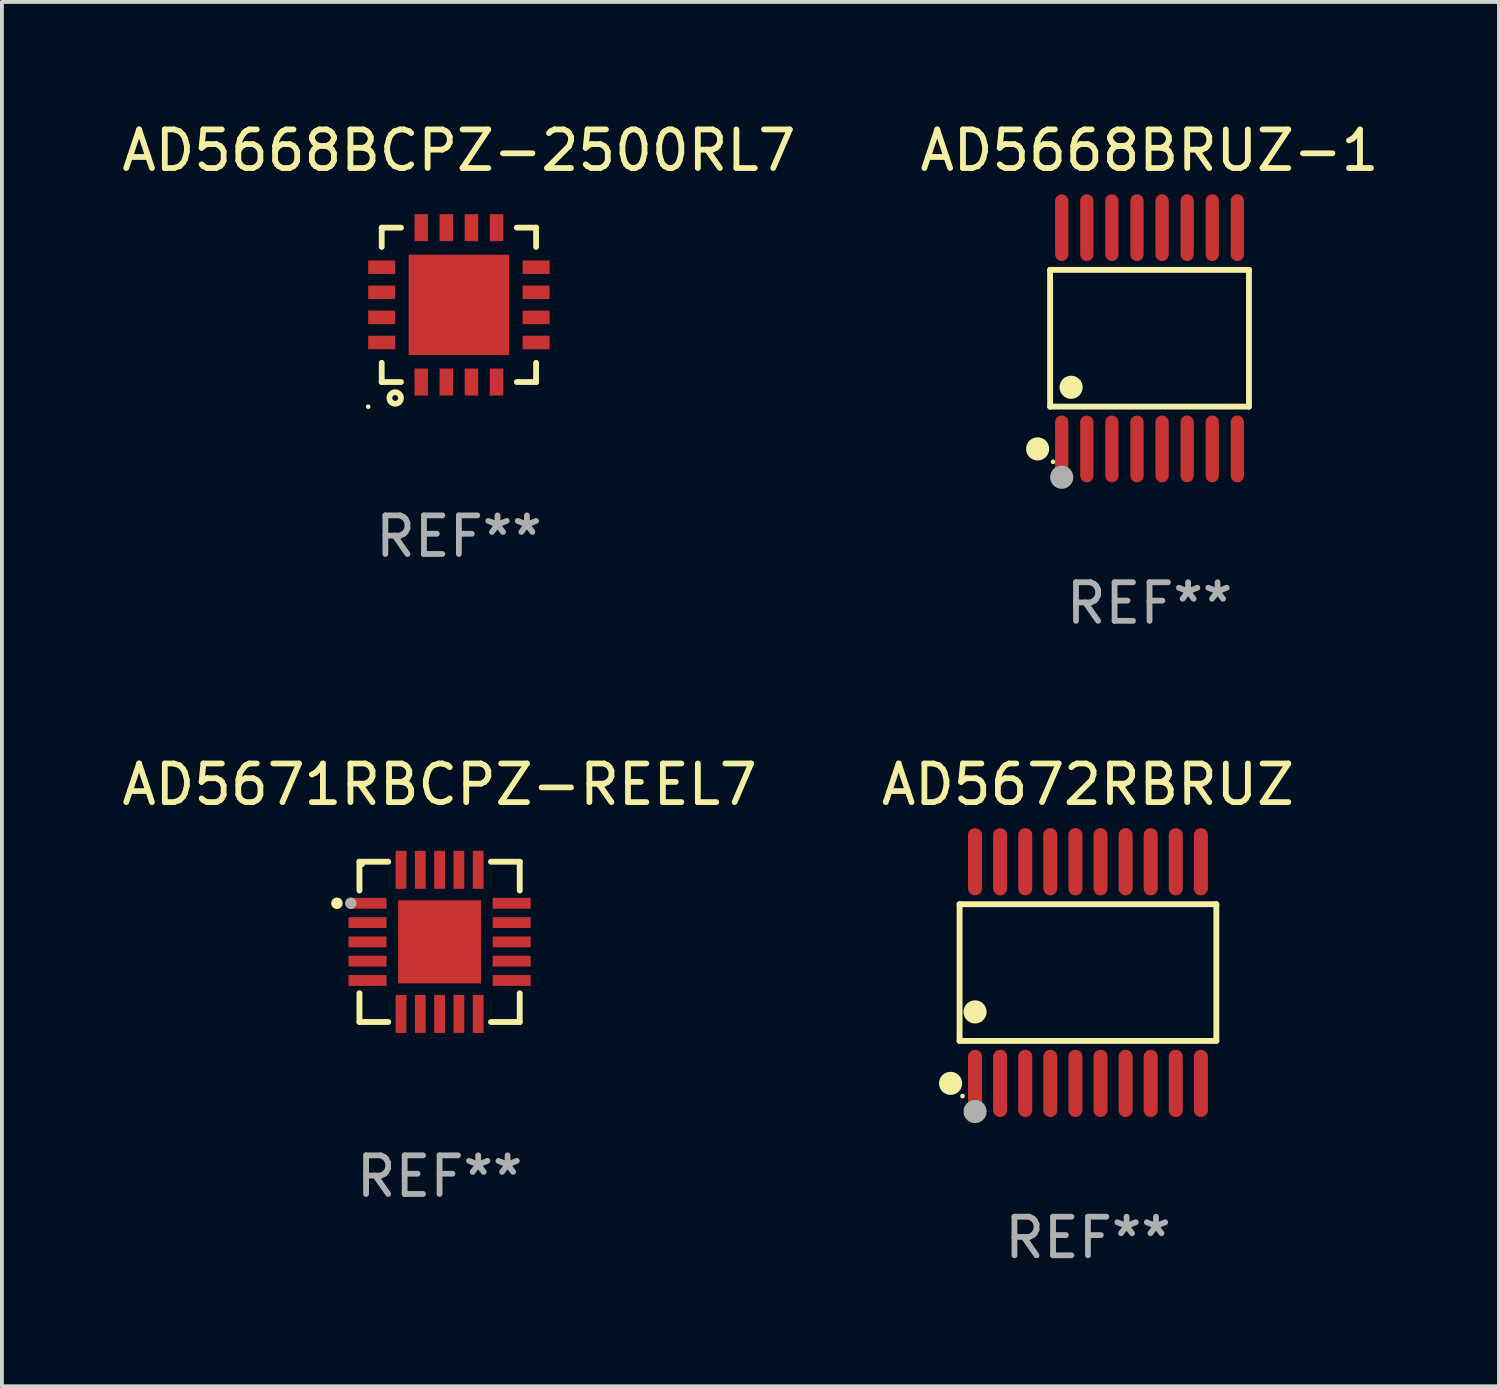
<source format=kicad_pcb>
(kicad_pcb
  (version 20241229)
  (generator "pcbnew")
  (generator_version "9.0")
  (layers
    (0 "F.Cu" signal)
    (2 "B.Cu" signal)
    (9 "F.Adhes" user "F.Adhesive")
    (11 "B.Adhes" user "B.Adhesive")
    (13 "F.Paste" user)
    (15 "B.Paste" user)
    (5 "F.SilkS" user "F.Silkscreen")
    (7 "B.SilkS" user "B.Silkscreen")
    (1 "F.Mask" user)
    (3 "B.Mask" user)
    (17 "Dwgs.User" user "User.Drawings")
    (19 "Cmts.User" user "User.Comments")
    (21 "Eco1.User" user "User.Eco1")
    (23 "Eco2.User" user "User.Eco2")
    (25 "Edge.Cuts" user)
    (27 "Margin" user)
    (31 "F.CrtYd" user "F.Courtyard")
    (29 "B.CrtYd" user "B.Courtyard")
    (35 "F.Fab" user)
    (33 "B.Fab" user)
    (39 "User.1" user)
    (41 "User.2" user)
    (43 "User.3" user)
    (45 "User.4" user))
  (footprint "AD5671RBCPZ-REEL7"
    (layer "F.Cu")
    (at 8.339 21.352)
    (property "Reference" "AD5671RBCPZ-REEL7" (at 0 -4.076 0) (layer "F.SilkS") (effects (font (size 1 1) (thickness 0.15))))
    (attr through_hole)
    (fp_line (start -2.076 -2.076) (end -2.076 -1.331) (stroke (width 0.152) (type solid)) (layer "F.SilkS"))
    (fp_line (start -2.076 2.076) (end -2.076 1.331) (stroke (width 0.152) (type solid)) (layer "F.SilkS"))
    (fp_line (start -1.331 -2.076) (end -2.076 -2.076) (stroke (width 0.152) (type solid)) (layer "F.SilkS"))
    (fp_line (start -1.331 2.076) (end -2.076 2.076) (stroke (width 0.152) (type solid)) (layer "F.SilkS"))
    (fp_line (start 1.331 -2.076) (end 2.076 -2.076) (stroke (width 0.152) (type solid)) (layer "F.SilkS"))
    (fp_line (start 1.331 2.076) (end 2.076 2.076) (stroke (width 0.152) (type solid)) (layer "F.SilkS"))
    (fp_line (start 2.076 -2.076) (end 2.076 -1.331) (stroke (width 0.152) (type solid)) (layer "F.SilkS"))
    (fp_line (start 2.076 2.076) (end 2.076 1.331) (stroke (width 0.152) (type solid)) (layer "F.SilkS"))
    (fp_circle (center -2.66 -1) (end -2.585 -1) (stroke (width 0.15) (type solid)) (fill no) (layer "F.SilkS"))
    (fp_circle (center -2 -2) (end -1.97 -2) (stroke (width 0.06) (type solid)) (fill no) (layer "F.SilkS"))
    (fp_circle (center -2.3 -1) (end -2.225 -1) (stroke (width 0.15) (type solid)) (fill no) (layer "F.Fab"))
    (fp_text user "REF**" (at 0 6.076 0) (layer "F.Fab") (effects (font (size 1 1) (thickness 0.15))))
    (pad "1" smd rect (at -1.867 -1) (size 0.985 0.28) (layers "F.Cu" "F.Mask" "F.Paste"))
    (pad "2" smd rect (at -1.867 -0.5) (size 0.985 0.28) (layers "F.Cu" "F.Mask" "F.Paste"))
    (pad "3" smd rect (at -1.867 0) (size 0.985 0.28) (layers "F.Cu" "F.Mask" "F.Paste"))
    (pad "4" smd rect (at -1.867 0.5) (size 0.985 0.28) (layers "F.Cu" "F.Mask" "F.Paste"))
    (pad "5" smd rect (at -1.867 1) (size 0.985 0.28) (layers "F.Cu" "F.Mask" "F.Paste"))
    (pad "6" smd rect (at -1 1.867) (size 0.28 0.985) (layers "F.Cu" "F.Mask" "F.Paste"))
    (pad "7" smd rect (at -0.5 1.867) (size 0.28 0.985) (layers "F.Cu" "F.Mask" "F.Paste"))
    (pad "8" smd rect (at 0 1.867) (size 0.28 0.985) (layers "F.Cu" "F.Mask" "F.Paste"))
    (pad "9" smd rect (at 0.5 1.867) (size 0.28 0.985) (layers "F.Cu" "F.Mask" "F.Paste"))
    (pad "10" smd rect (at 1 1.867) (size 0.28 0.985) (layers "F.Cu" "F.Mask" "F.Paste"))
    (pad "11" smd rect (at 1.867 1) (size 0.985 0.28) (layers "F.Cu" "F.Mask" "F.Paste"))
    (pad "12" smd rect (at 1.867 0.5) (size 0.985 0.28) (layers "F.Cu" "F.Mask" "F.Paste"))
    (pad "13" smd rect (at 1.867 0) (size 0.985 0.28) (layers "F.Cu" "F.Mask" "F.Paste"))
    (pad "14" smd rect (at 1.867 -0.5) (size 0.985 0.28) (layers "F.Cu" "F.Mask" "F.Paste"))
    (pad "15" smd rect (at 1.867 -1) (size 0.985 0.28) (layers "F.Cu" "F.Mask" "F.Paste"))
    (pad "16" smd rect (at 1 -1.867) (size 0.28 0.985) (layers "F.Cu" "F.Mask" "F.Paste"))
    (pad "17" smd rect (at 0.5 -1.867) (size 0.28 0.985) (layers "F.Cu" "F.Mask" "F.Paste"))
    (pad "18" smd rect (at 0 -1.867) (size 0.28 0.985) (layers "F.Cu" "F.Mask" "F.Paste"))
    (pad "19" smd rect (at -0.5 -1.867) (size 0.28 0.985) (layers "F.Cu" "F.Mask" "F.Paste"))
    (pad "20" smd rect (at -1 -1.867) (size 0.28 0.985) (layers "F.Cu" "F.Mask" "F.Paste"))
    (pad "21" smd rect (at 0 0) (size 2.15 2.15) (layers "F.Cu" "F.Mask" "F.Paste")))
  (footprint "AD5668BRUZ-1"
    (layer "F.Cu")
    (at 26.732 5.714)
    (property "Reference" "AD5668BRUZ-1" (at 0 -4.866 0) (layer "F.SilkS") (effects (font (size 1 1) (thickness 0.15))))
    (attr through_hole)
    (fp_line (start -2.576 -1.772) (end 2.576 -1.772) (stroke (width 0.152) (type solid)) (layer "F.SilkS"))
    (fp_line (start -2.576 1.771) (end -2.576 -1.772) (stroke (width 0.152) (type solid)) (layer "F.SilkS"))
    (fp_line (start 2.576 -1.772) (end 2.576 1.771) (stroke (width 0.152) (type solid)) (layer "F.SilkS"))
    (fp_line (start 2.576 1.771) (end -2.576 1.771) (stroke (width 0.152) (type solid)) (layer "F.SilkS"))
    (fp_circle (center -2.899 2.866) (end -2.749 2.866) (stroke (width 0.3) (type solid)) (fill no) (layer "F.SilkS"))
    (fp_circle (center -2.5 3.2) (end -2.47 3.2) (stroke (width 0.06) (type solid)) (fill no) (layer "F.SilkS"))
    (fp_circle (center -2.032 1.27) (end -1.882 1.27) (stroke (width 0.3) (type solid)) (fill no) (layer "F.SilkS"))
    (fp_circle (center -2.275 3.6) (end -2.125 3.6) (stroke (width 0.3) (type solid)) (fill no) (layer "F.Fab"))
    (fp_text user "REF**" (at 0 6.866 0) (layer "F.Fab") (effects (font (size 1 1) (thickness 0.15))))
    (pad "1" smd oval (at -2.275 2.866) (size 0.343 1.731) (layers "F.Cu" "F.Mask" "F.Paste"))
    (pad "2" smd oval (at -1.625 2.866) (size 0.343 1.731) (layers "F.Cu" "F.Mask" "F.Paste"))
    (pad "3" smd oval (at -0.975 2.866) (size 0.343 1.731) (layers "F.Cu" "F.Mask" "F.Paste"))
    (pad "4" smd oval (at -0.325 2.866) (size 0.343 1.731) (layers "F.Cu" "F.Mask" "F.Paste"))
    (pad "5" smd oval (at 0.325 2.866) (size 0.343 1.731) (layers "F.Cu" "F.Mask" "F.Paste"))
    (pad "6" smd oval (at 0.975 2.866) (size 0.343 1.731) (layers "F.Cu" "F.Mask" "F.Paste"))
    (pad "7" smd oval (at 1.625 2.866) (size 0.343 1.731) (layers "F.Cu" "F.Mask" "F.Paste"))
    (pad "8" smd oval (at 2.275 2.866) (size 0.343 1.731) (layers "F.Cu" "F.Mask" "F.Paste"))
    (pad "9" smd oval (at 2.275 -2.866) (size 0.343 1.731) (layers "F.Cu" "F.Mask" "F.Paste"))
    (pad "10" smd oval (at 1.625 -2.866) (size 0.343 1.731) (layers "F.Cu" "F.Mask" "F.Paste"))
    (pad "11" smd oval (at 0.975 -2.866) (size 0.343 1.731) (layers "F.Cu" "F.Mask" "F.Paste"))
    (pad "12" smd oval (at 0.325 -2.866) (size 0.343 1.731) (layers "F.Cu" "F.Mask" "F.Paste"))
    (pad "13" smd oval (at -0.325 -2.866) (size 0.343 1.731) (layers "F.Cu" "F.Mask" "F.Paste"))
    (pad "14" smd oval (at -0.975 -2.866) (size 0.343 1.731) (layers "F.Cu" "F.Mask" "F.Paste"))
    (pad "15" smd oval (at -1.625 -2.866) (size 0.343 1.731) (layers "F.Cu" "F.Mask" "F.Paste"))
    (pad "16" smd oval (at -2.275 -2.866) (size 0.343 1.731) (layers "F.Cu" "F.Mask" "F.Paste")))
  (footprint "AD5668BCPZ-2500RL7"
    (layer "F.Cu")
    (at 8.839 4.848)
    (property "Reference" "AD5668BCPZ-2500RL7" (at 0 -4 0) (layer "F.SilkS") (effects (font (size 1 1) (thickness 0.15))))
    (attr through_hole)
    (fp_line (start -2 -2) (end -1.5 -2) (stroke (width 0.15) (type solid)) (layer "F.SilkS"))
    (fp_line (start -2 -1.5) (end -2 -2) (stroke (width 0.15) (type solid)) (layer "F.SilkS"))
    (fp_line (start -2 2) (end -2 1.5) (stroke (width 0.15) (type solid)) (layer "F.SilkS"))
    (fp_line (start -1.5 2) (end -2 2) (stroke (width 0.15) (type solid)) (layer "F.SilkS"))
    (fp_line (start 1.5 -2) (end 2 -2) (stroke (width 0.15) (type solid)) (layer "F.SilkS"))
    (fp_line (start 1.5 2) (end 2 2) (stroke (width 0.15) (type solid)) (layer "F.SilkS"))
    (fp_line (start 2 -2) (end 2 -1.5) (stroke (width 0.15) (type solid)) (layer "F.SilkS"))
    (fp_line (start 2 2) (end 2 1.5) (stroke (width 0.15) (type solid)) (layer "F.SilkS"))
    (fp_circle (center -2.35 2.638) (end -2.32 2.638) (stroke (width 0.06) (type solid)) (fill no) (layer "F.SilkS"))
    (fp_circle (center -1.651 2.413) (end -1.501 2.413) (stroke (width 0.15) (type solid)) (fill no) (layer "F.SilkS"))
    (fp_text user "REF**" (at 0 6 0) (layer "F.Fab") (effects (font (size 1 1) (thickness 0.15))))
    (pad "1" smd rect (at -0.975 2) (size 0.35 0.7) (layers "F.Cu" "F.Mask" "F.Paste"))
    (pad "2" smd rect (at -0.325 2) (size 0.35 0.7) (layers "F.Cu" "F.Mask" "F.Paste"))
    (pad "3" smd rect (at 0.325 2) (size 0.35 0.7) (layers "F.Cu" "F.Mask" "F.Paste"))
    (pad "4" smd rect (at 0.975 2) (size 0.35 0.7) (layers "F.Cu" "F.Mask" "F.Paste"))
    (pad "5" smd rect (at 2 0.975 270) (size 0.35 0.7) (layers "F.Cu" "F.Mask" "F.Paste"))
    (pad "6" smd rect (at 2 0.325 270) (size 0.35 0.7) (layers "F.Cu" "F.Mask" "F.Paste"))
    (pad "7" smd rect (at 2 -0.325 270) (size 0.35 0.7) (layers "F.Cu" "F.Mask" "F.Paste"))
    (pad "8" smd rect (at 2 -0.975 270) (size 0.35 0.7) (layers "F.Cu" "F.Mask" "F.Paste"))
    (pad "9" smd rect (at 0.975 -2 180) (size 0.35 0.7) (layers "F.Cu" "F.Mask" "F.Paste"))
    (pad "10" smd rect (at 0.325 -2 180) (size 0.35 0.7) (layers "F.Cu" "F.Mask" "F.Paste"))
    (pad "11" smd rect (at -0.325 -2 180) (size 0.35 0.7) (layers "F.Cu" "F.Mask" "F.Paste"))
    (pad "12" smd rect (at -0.975 -2 180) (size 0.35 0.7) (layers "F.Cu" "F.Mask" "F.Paste"))
    (pad "13" smd rect (at -2 -0.975 90) (size 0.35 0.7) (layers "F.Cu" "F.Mask" "F.Paste"))
    (pad "14" smd rect (at -2 -0.325 90) (size 0.35 0.7) (layers "F.Cu" "F.Mask" "F.Paste"))
    (pad "15" smd rect (at -2 0.325 90) (size 0.35 0.7) (layers "F.Cu" "F.Mask" "F.Paste"))
    (pad "16" smd rect (at -2 0.975 90) (size 0.35 0.7) (layers "F.Cu" "F.Mask" "F.Paste"))
    (pad "17" smd rect (at 0 0 90) (size 2.6 2.6) (layers "F.Cu" "F.Mask" "F.Paste")))
  (footprint "AD5672RBRUZ"
    (layer "F.Cu")
    (at 25.137 22.147)
    (property "Reference" "AD5672RBRUZ" (at 0 -4.871 0) (layer "F.SilkS") (effects (font (size 1 1) (thickness 0.15))))
    (attr through_hole)
    (fp_line (start -3.326 -1.771) (end 3.326 -1.771) (stroke (width 0.152) (type solid)) (layer "F.SilkS"))
    (fp_line (start -3.326 1.771) (end -3.326 -1.771) (stroke (width 0.152) (type solid)) (layer "F.SilkS"))
    (fp_line (start 3.326 -1.771) (end 3.326 1.771) (stroke (width 0.152) (type solid)) (layer "F.SilkS"))
    (fp_line (start 3.326 1.771) (end -3.326 1.771) (stroke (width 0.152) (type solid)) (layer "F.SilkS"))
    (fp_circle (center -3.559 2.871) (end -3.409 2.871) (stroke (width 0.3) (type solid)) (fill no) (layer "F.SilkS"))
    (fp_circle (center -3.25 3.2) (end -3.22 3.2) (stroke (width 0.06) (type solid)) (fill no) (layer "F.SilkS"))
    (fp_circle (center -2.925 1.019) (end -2.775 1.019) (stroke (width 0.3) (type solid)) (fill no) (layer "F.SilkS"))
    (fp_circle (center -2.925 3.6) (end -2.775 3.6) (stroke (width 0.3) (type solid)) (fill no) (layer "F.Fab"))
    (fp_text user "REF**" (at 0 6.871 0) (layer "F.Fab") (effects (font (size 1 1) (thickness 0.15))))
    (pad "1" smd oval (at -2.925 2.871) (size 0.364 1.742) (layers "F.Cu" "F.Mask" "F.Paste"))
    (pad "2" smd oval (at -2.275 2.871) (size 0.364 1.742) (layers "F.Cu" "F.Mask" "F.Paste"))
    (pad "3" smd oval (at -1.625 2.871) (size 0.364 1.742) (layers "F.Cu" "F.Mask" "F.Paste"))
    (pad "4" smd oval (at -0.975 2.871) (size 0.364 1.742) (layers "F.Cu" "F.Mask" "F.Paste"))
    (pad "5" smd oval (at -0.325 2.871) (size 0.364 1.742) (layers "F.Cu" "F.Mask" "F.Paste"))
    (pad "6" smd oval (at 0.325 2.871) (size 0.364 1.742) (layers "F.Cu" "F.Mask" "F.Paste"))
    (pad "7" smd oval (at 0.975 2.871) (size 0.364 1.742) (layers "F.Cu" "F.Mask" "F.Paste"))
    (pad "8" smd oval (at 1.625 2.871) (size 0.364 1.742) (layers "F.Cu" "F.Mask" "F.Paste"))
    (pad "9" smd oval (at 2.275 2.871) (size 0.364 1.742) (layers "F.Cu" "F.Mask" "F.Paste"))
    (pad "10" smd oval (at 2.925 2.871) (size 0.364 1.742) (layers "F.Cu" "F.Mask" "F.Paste"))
    (pad "11" smd oval (at 2.925 -2.871) (size 0.364 1.742) (layers "F.Cu" "F.Mask" "F.Paste"))
    (pad "12" smd oval (at 2.275 -2.871) (size 0.364 1.742) (layers "F.Cu" "F.Mask" "F.Paste"))
    (pad "13" smd oval (at 1.625 -2.871) (size 0.364 1.742) (layers "F.Cu" "F.Mask" "F.Paste"))
    (pad "14" smd oval (at 0.975 -2.871) (size 0.364 1.742) (layers "F.Cu" "F.Mask" "F.Paste"))
    (pad "15" smd oval (at 0.325 -2.871) (size 0.364 1.742) (layers "F.Cu" "F.Mask" "F.Paste"))
    (pad "16" smd oval (at -0.325 -2.871) (size 0.364 1.742) (layers "F.Cu" "F.Mask" "F.Paste"))
    (pad "17" smd oval (at -0.975 -2.871) (size 0.364 1.742) (layers "F.Cu" "F.Mask" "F.Paste"))
    (pad "18" smd oval (at -1.625 -2.871) (size 0.364 1.742) (layers "F.Cu" "F.Mask" "F.Paste"))
    (pad "19" smd oval (at -2.275 -2.871) (size 0.364 1.742) (layers "F.Cu" "F.Mask" "F.Paste"))
    (pad "20" smd oval (at -2.925 -2.871) (size 0.364 1.742) (layers "F.Cu" "F.Mask" "F.Paste")))
  (gr_rect
    (start -3 -3)
    (end 35.786 32.866)
    (stroke (width 0.1) (type default))
    (fill no)
    (layer "Edge.Cuts")))
</source>
